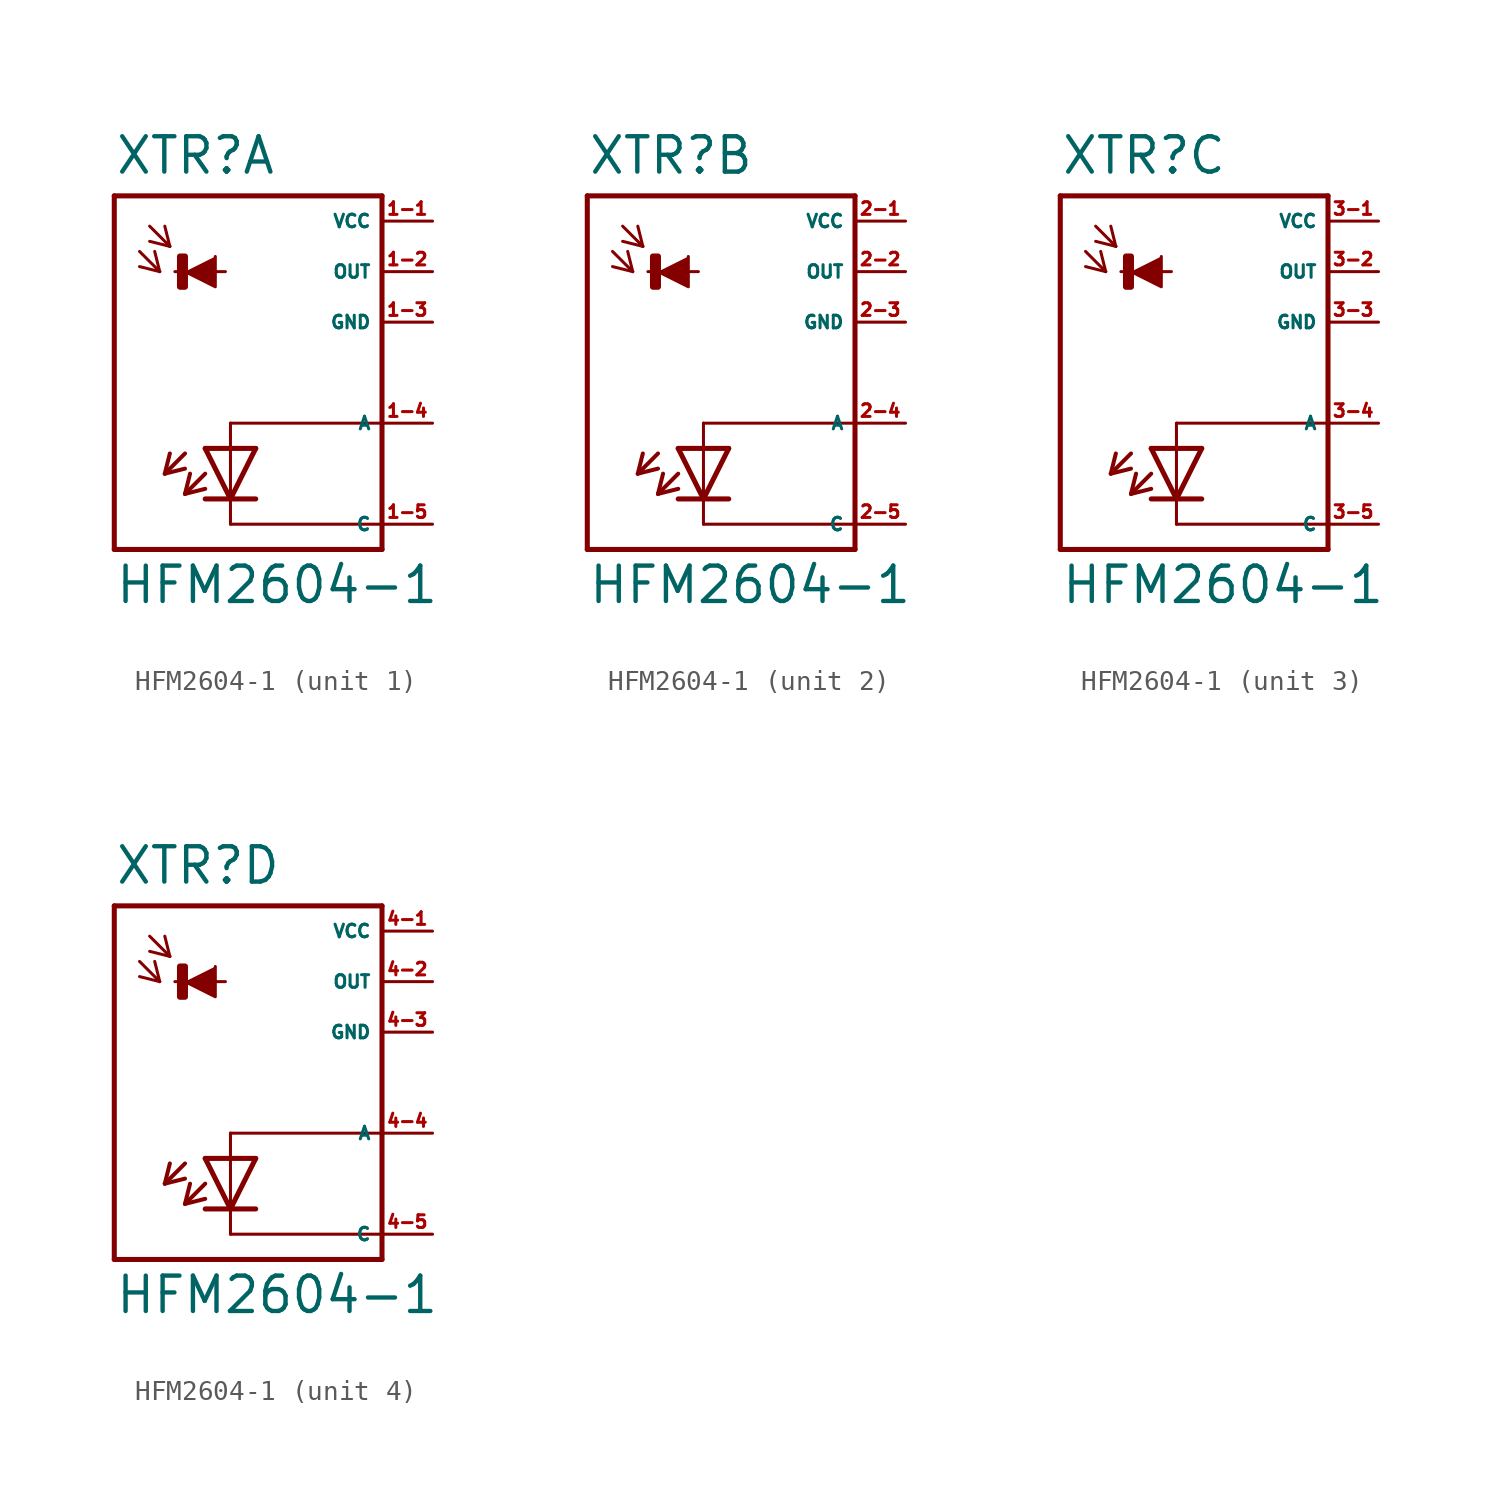
<source format=kicad_sym>
(kicad_symbol_lib
  (version 20220914)
  (generator Eagle2Kicad)
  (symbol "HFM2604-1"
    (property "Reference" "XTR"
      (at -5.842 9.881 0)
      (effects (font (size 1.778 1.778) (thickness 0.22)) (justify left bottom)))
    (property "Value" "HFM2604-1"
      (at -5.842 -11.709 0)
      (effects (font (size 1.778 1.778) (thickness 0.22)) (justify left bottom)))
    (symbol "HFM2604-1_1_0"
      (polyline (pts (xy -2.286 5.08) (xy -0.762 4.318) (xy -0.762 5.842)) (stroke (width 0.152) (type default)) (fill (type outline)))
      (polyline (pts (xy -4.572 6.096) (xy -3.556 5.08)) (stroke (width 0.152) (type default)) (fill (type none)))
      (polyline (pts (xy -3.556 5.08) (xy -3.81 6.096)) (stroke (width 0.152) (type default)) (fill (type none)))
      (polyline (pts (xy -3.556 5.08) (xy -4.572 5.334)) (stroke (width 0.152) (type default)) (fill (type none)))
      (polyline (pts (xy -4.064 7.366) (xy -3.048 6.35)) (stroke (width 0.152) (type default)) (fill (type none)))
      (polyline (pts (xy -3.048 6.35) (xy -3.302 7.366)) (stroke (width 0.152) (type default)) (fill (type none)))
      (polyline (pts (xy -3.048 6.35) (xy -4.064 6.604)) (stroke (width 0.152) (type default)) (fill (type none)))
      (polyline (pts (xy 7.62 8.89) (xy 7.62 -2.54)) (stroke (width 0.254) (type default)) (fill (type none)))
      (polyline (pts (xy 7.62 -2.54) (xy 7.62 -7.62)) (stroke (width 0.254) (type default)) (fill (type none)))
      (polyline (pts (xy 7.62 -7.62) (xy 7.62 -8.89)) (stroke (width 0.254) (type default)) (fill (type none)))
      (polyline (pts (xy 7.62 -8.89) (xy -5.842 -8.89)) (stroke (width 0.254) (type default)) (fill (type none)))
      (polyline (pts (xy -5.842 -8.89) (xy -5.842 8.89)) (stroke (width 0.254) (type default)) (fill (type none)))
      (polyline (pts (xy -5.842 8.89) (xy 7.62 8.89)) (stroke (width 0.254) (type default)) (fill (type none)))
      (polyline (pts (xy -2.794 5.08) (xy -0.254 5.08)) (stroke (width 0.152) (type default)) (fill (type none)))
      (polyline (pts (xy -1.27 -3.81) (xy 0 -6.35)) (stroke (width 0.254) (type default)) (fill (type none)))
      (polyline (pts (xy 0 -6.35) (xy 1.27 -3.81)) (stroke (width 0.254) (type default)) (fill (type none)))
      (polyline (pts (xy 1.27 -6.35) (xy 0 -6.35)) (stroke (width 0.254) (type default)) (fill (type none)))
      (polyline (pts (xy 1.27 -3.81) (xy -1.27 -3.81)) (stroke (width 0.254) (type default)) (fill (type none)))
      (polyline (pts (xy 0 -6.35) (xy -1.27 -6.35)) (stroke (width 0.254) (type default)) (fill (type none)))
      (polyline (pts (xy -2.286 -4.064) (xy -3.302 -5.08)) (stroke (width 0.203) (type default)) (fill (type none)))
      (polyline (pts (xy -3.302 -5.08) (xy -2.286 -4.826)) (stroke (width 0.203) (type default)) (fill (type none)))
      (polyline (pts (xy -3.302 -5.08) (xy -3.048 -4.064)) (stroke (width 0.203) (type default)) (fill (type none)))
      (polyline (pts (xy -1.27 -5.08) (xy -2.286 -6.096)) (stroke (width 0.203) (type default)) (fill (type none)))
      (polyline (pts (xy -2.286 -6.096) (xy -1.27 -5.842)) (stroke (width 0.203) (type default)) (fill (type none)))
      (polyline (pts (xy -2.286 -6.096) (xy -2.032 -5.08)) (stroke (width 0.203) (type default)) (fill (type none)))
      (polyline (pts (xy 7.62 -2.54) (xy 0 -2.54)) (stroke (width 0.152) (type default)) (fill (type none)))
      (polyline (pts (xy 0 -2.54) (xy 0 -7.62)) (stroke (width 0.152) (type default)) (fill (type none)))
      (polyline (pts (xy 0 -7.62) (xy 7.62 -7.62)) (stroke (width 0.152) (type default)) (fill (type none)))
      (rectangle (start -2.54 4.318) (end -2.286 5.842) (stroke (width 0.3) (type default)) (fill (type outline)))
      (pin unspecified line (at 10.16 7.62 180) (length 2.54) (name "VCC" (effects (font (size 0.635 0.635) (thickness 0.08)) (justify left bottom))) (number "1-1" (effects (font (size 0.635 0.635) (thickness 0.08)) (justify left bottom))))
      (pin unspecified line (at 10.16 2.54 180) (length 2.54) (name "GND" (effects (font (size 0.635 0.635) (thickness 0.08)) (justify left bottom))) (number "1-3" (effects (font (size 0.635 0.635) (thickness 0.08)) (justify left bottom))))
      (pin output line (at 10.16 5.08 180) (length 2.54) (name "OUT" (effects (font (size 0.635 0.635) (thickness 0.08)) (justify left bottom))) (number "1-2" (effects (font (size 0.635 0.635) (thickness 0.08)) (justify left bottom))))
      (pin passive line (at 10.16 -2.54 180) (length 2.54) (name "A" (effects (font (size 0.635 0.635) (thickness 0.08)) (justify left bottom))) (number "1-4" (effects (font (size 0.635 0.635) (thickness 0.08)) (justify left bottom))))
      (pin passive line (at 10.16 -7.62 180) (length 2.54) (name "C" (effects (font (size 0.635 0.635) (thickness 0.08)) (justify left bottom))) (number "1-5" (effects (font (size 0.635 0.635) (thickness 0.08)) (justify left bottom)))))
    (symbol "HFM2604-1_2_0"
      (polyline (pts (xy -2.286 5.08) (xy -0.762 4.318) (xy -0.762 5.842)) (stroke (width 0.152) (type default)) (fill (type outline)))
      (polyline (pts (xy -4.572 6.096) (xy -3.556 5.08)) (stroke (width 0.152) (type default)) (fill (type none)))
      (polyline (pts (xy -3.556 5.08) (xy -3.81 6.096)) (stroke (width 0.152) (type default)) (fill (type none)))
      (polyline (pts (xy -3.556 5.08) (xy -4.572 5.334)) (stroke (width 0.152) (type default)) (fill (type none)))
      (polyline (pts (xy -4.064 7.366) (xy -3.048 6.35)) (stroke (width 0.152) (type default)) (fill (type none)))
      (polyline (pts (xy -3.048 6.35) (xy -3.302 7.366)) (stroke (width 0.152) (type default)) (fill (type none)))
      (polyline (pts (xy -3.048 6.35) (xy -4.064 6.604)) (stroke (width 0.152) (type default)) (fill (type none)))
      (polyline (pts (xy 7.62 8.89) (xy 7.62 -2.54)) (stroke (width 0.254) (type default)) (fill (type none)))
      (polyline (pts (xy 7.62 -2.54) (xy 7.62 -7.62)) (stroke (width 0.254) (type default)) (fill (type none)))
      (polyline (pts (xy 7.62 -7.62) (xy 7.62 -8.89)) (stroke (width 0.254) (type default)) (fill (type none)))
      (polyline (pts (xy 7.62 -8.89) (xy -5.842 -8.89)) (stroke (width 0.254) (type default)) (fill (type none)))
      (polyline (pts (xy -5.842 -8.89) (xy -5.842 8.89)) (stroke (width 0.254) (type default)) (fill (type none)))
      (polyline (pts (xy -5.842 8.89) (xy 7.62 8.89)) (stroke (width 0.254) (type default)) (fill (type none)))
      (polyline (pts (xy -2.794 5.08) (xy -0.254 5.08)) (stroke (width 0.152) (type default)) (fill (type none)))
      (polyline (pts (xy -1.27 -3.81) (xy 0 -6.35)) (stroke (width 0.254) (type default)) (fill (type none)))
      (polyline (pts (xy 0 -6.35) (xy 1.27 -3.81)) (stroke (width 0.254) (type default)) (fill (type none)))
      (polyline (pts (xy 1.27 -6.35) (xy 0 -6.35)) (stroke (width 0.254) (type default)) (fill (type none)))
      (polyline (pts (xy 1.27 -3.81) (xy -1.27 -3.81)) (stroke (width 0.254) (type default)) (fill (type none)))
      (polyline (pts (xy 0 -6.35) (xy -1.27 -6.35)) (stroke (width 0.254) (type default)) (fill (type none)))
      (polyline (pts (xy -2.286 -4.064) (xy -3.302 -5.08)) (stroke (width 0.203) (type default)) (fill (type none)))
      (polyline (pts (xy -3.302 -5.08) (xy -2.286 -4.826)) (stroke (width 0.203) (type default)) (fill (type none)))
      (polyline (pts (xy -3.302 -5.08) (xy -3.048 -4.064)) (stroke (width 0.203) (type default)) (fill (type none)))
      (polyline (pts (xy -1.27 -5.08) (xy -2.286 -6.096)) (stroke (width 0.203) (type default)) (fill (type none)))
      (polyline (pts (xy -2.286 -6.096) (xy -1.27 -5.842)) (stroke (width 0.203) (type default)) (fill (type none)))
      (polyline (pts (xy -2.286 -6.096) (xy -2.032 -5.08)) (stroke (width 0.203) (type default)) (fill (type none)))
      (polyline (pts (xy 7.62 -2.54) (xy 0 -2.54)) (stroke (width 0.152) (type default)) (fill (type none)))
      (polyline (pts (xy 0 -2.54) (xy 0 -7.62)) (stroke (width 0.152) (type default)) (fill (type none)))
      (polyline (pts (xy 0 -7.62) (xy 7.62 -7.62)) (stroke (width 0.152) (type default)) (fill (type none)))
      (rectangle (start -2.54 4.318) (end -2.286 5.842) (stroke (width 0.3) (type default)) (fill (type outline)))
      (pin unspecified line (at 10.16 7.62 180) (length 2.54) (name "VCC" (effects (font (size 0.635 0.635) (thickness 0.08)) (justify left bottom))) (number "2-1" (effects (font (size 0.635 0.635) (thickness 0.08)) (justify left bottom))))
      (pin unspecified line (at 10.16 2.54 180) (length 2.54) (name "GND" (effects (font (size 0.635 0.635) (thickness 0.08)) (justify left bottom))) (number "2-3" (effects (font (size 0.635 0.635) (thickness 0.08)) (justify left bottom))))
      (pin output line (at 10.16 5.08 180) (length 2.54) (name "OUT" (effects (font (size 0.635 0.635) (thickness 0.08)) (justify left bottom))) (number "2-2" (effects (font (size 0.635 0.635) (thickness 0.08)) (justify left bottom))))
      (pin passive line (at 10.16 -2.54 180) (length 2.54) (name "A" (effects (font (size 0.635 0.635) (thickness 0.08)) (justify left bottom))) (number "2-4" (effects (font (size 0.635 0.635) (thickness 0.08)) (justify left bottom))))
      (pin passive line (at 10.16 -7.62 180) (length 2.54) (name "C" (effects (font (size 0.635 0.635) (thickness 0.08)) (justify left bottom))) (number "2-5" (effects (font (size 0.635 0.635) (thickness 0.08)) (justify left bottom)))))
    (symbol "HFM2604-1_3_0"
      (polyline (pts (xy -2.286 5.08) (xy -0.762 4.318) (xy -0.762 5.842)) (stroke (width 0.152) (type default)) (fill (type outline)))
      (polyline (pts (xy -4.572 6.096) (xy -3.556 5.08)) (stroke (width 0.152) (type default)) (fill (type none)))
      (polyline (pts (xy -3.556 5.08) (xy -3.81 6.096)) (stroke (width 0.152) (type default)) (fill (type none)))
      (polyline (pts (xy -3.556 5.08) (xy -4.572 5.334)) (stroke (width 0.152) (type default)) (fill (type none)))
      (polyline (pts (xy -4.064 7.366) (xy -3.048 6.35)) (stroke (width 0.152) (type default)) (fill (type none)))
      (polyline (pts (xy -3.048 6.35) (xy -3.302 7.366)) (stroke (width 0.152) (type default)) (fill (type none)))
      (polyline (pts (xy -3.048 6.35) (xy -4.064 6.604)) (stroke (width 0.152) (type default)) (fill (type none)))
      (polyline (pts (xy 7.62 8.89) (xy 7.62 -2.54)) (stroke (width 0.254) (type default)) (fill (type none)))
      (polyline (pts (xy 7.62 -2.54) (xy 7.62 -7.62)) (stroke (width 0.254) (type default)) (fill (type none)))
      (polyline (pts (xy 7.62 -7.62) (xy 7.62 -8.89)) (stroke (width 0.254) (type default)) (fill (type none)))
      (polyline (pts (xy 7.62 -8.89) (xy -5.842 -8.89)) (stroke (width 0.254) (type default)) (fill (type none)))
      (polyline (pts (xy -5.842 -8.89) (xy -5.842 8.89)) (stroke (width 0.254) (type default)) (fill (type none)))
      (polyline (pts (xy -5.842 8.89) (xy 7.62 8.89)) (stroke (width 0.254) (type default)) (fill (type none)))
      (polyline (pts (xy -2.794 5.08) (xy -0.254 5.08)) (stroke (width 0.152) (type default)) (fill (type none)))
      (polyline (pts (xy -1.27 -3.81) (xy 0 -6.35)) (stroke (width 0.254) (type default)) (fill (type none)))
      (polyline (pts (xy 0 -6.35) (xy 1.27 -3.81)) (stroke (width 0.254) (type default)) (fill (type none)))
      (polyline (pts (xy 1.27 -6.35) (xy 0 -6.35)) (stroke (width 0.254) (type default)) (fill (type none)))
      (polyline (pts (xy 1.27 -3.81) (xy -1.27 -3.81)) (stroke (width 0.254) (type default)) (fill (type none)))
      (polyline (pts (xy 0 -6.35) (xy -1.27 -6.35)) (stroke (width 0.254) (type default)) (fill (type none)))
      (polyline (pts (xy -2.286 -4.064) (xy -3.302 -5.08)) (stroke (width 0.203) (type default)) (fill (type none)))
      (polyline (pts (xy -3.302 -5.08) (xy -2.286 -4.826)) (stroke (width 0.203) (type default)) (fill (type none)))
      (polyline (pts (xy -3.302 -5.08) (xy -3.048 -4.064)) (stroke (width 0.203) (type default)) (fill (type none)))
      (polyline (pts (xy -1.27 -5.08) (xy -2.286 -6.096)) (stroke (width 0.203) (type default)) (fill (type none)))
      (polyline (pts (xy -2.286 -6.096) (xy -1.27 -5.842)) (stroke (width 0.203) (type default)) (fill (type none)))
      (polyline (pts (xy -2.286 -6.096) (xy -2.032 -5.08)) (stroke (width 0.203) (type default)) (fill (type none)))
      (polyline (pts (xy 7.62 -2.54) (xy 0 -2.54)) (stroke (width 0.152) (type default)) (fill (type none)))
      (polyline (pts (xy 0 -2.54) (xy 0 -7.62)) (stroke (width 0.152) (type default)) (fill (type none)))
      (polyline (pts (xy 0 -7.62) (xy 7.62 -7.62)) (stroke (width 0.152) (type default)) (fill (type none)))
      (rectangle (start -2.54 4.318) (end -2.286 5.842) (stroke (width 0.3) (type default)) (fill (type outline)))
      (pin unspecified line (at 10.16 7.62 180) (length 2.54) (name "VCC" (effects (font (size 0.635 0.635) (thickness 0.08)) (justify left bottom))) (number "3-1" (effects (font (size 0.635 0.635) (thickness 0.08)) (justify left bottom))))
      (pin unspecified line (at 10.16 2.54 180) (length 2.54) (name "GND" (effects (font (size 0.635 0.635) (thickness 0.08)) (justify left bottom))) (number "3-3" (effects (font (size 0.635 0.635) (thickness 0.08)) (justify left bottom))))
      (pin output line (at 10.16 5.08 180) (length 2.54) (name "OUT" (effects (font (size 0.635 0.635) (thickness 0.08)) (justify left bottom))) (number "3-2" (effects (font (size 0.635 0.635) (thickness 0.08)) (justify left bottom))))
      (pin passive line (at 10.16 -2.54 180) (length 2.54) (name "A" (effects (font (size 0.635 0.635) (thickness 0.08)) (justify left bottom))) (number "3-4" (effects (font (size 0.635 0.635) (thickness 0.08)) (justify left bottom))))
      (pin passive line (at 10.16 -7.62 180) (length 2.54) (name "C" (effects (font (size 0.635 0.635) (thickness 0.08)) (justify left bottom))) (number "3-5" (effects (font (size 0.635 0.635) (thickness 0.08)) (justify left bottom)))))
    (symbol "HFM2604-1_4_0"
      (polyline (pts (xy -2.286 5.08) (xy -0.762 4.318) (xy -0.762 5.842)) (stroke (width 0.152) (type default)) (fill (type outline)))
      (polyline (pts (xy -4.572 6.096) (xy -3.556 5.08)) (stroke (width 0.152) (type default)) (fill (type none)))
      (polyline (pts (xy -3.556 5.08) (xy -3.81 6.096)) (stroke (width 0.152) (type default)) (fill (type none)))
      (polyline (pts (xy -3.556 5.08) (xy -4.572 5.334)) (stroke (width 0.152) (type default)) (fill (type none)))
      (polyline (pts (xy -4.064 7.366) (xy -3.048 6.35)) (stroke (width 0.152) (type default)) (fill (type none)))
      (polyline (pts (xy -3.048 6.35) (xy -3.302 7.366)) (stroke (width 0.152) (type default)) (fill (type none)))
      (polyline (pts (xy -3.048 6.35) (xy -4.064 6.604)) (stroke (width 0.152) (type default)) (fill (type none)))
      (polyline (pts (xy 7.62 8.89) (xy 7.62 -2.54)) (stroke (width 0.254) (type default)) (fill (type none)))
      (polyline (pts (xy 7.62 -2.54) (xy 7.62 -7.62)) (stroke (width 0.254) (type default)) (fill (type none)))
      (polyline (pts (xy 7.62 -7.62) (xy 7.62 -8.89)) (stroke (width 0.254) (type default)) (fill (type none)))
      (polyline (pts (xy 7.62 -8.89) (xy -5.842 -8.89)) (stroke (width 0.254) (type default)) (fill (type none)))
      (polyline (pts (xy -5.842 -8.89) (xy -5.842 8.89)) (stroke (width 0.254) (type default)) (fill (type none)))
      (polyline (pts (xy -5.842 8.89) (xy 7.62 8.89)) (stroke (width 0.254) (type default)) (fill (type none)))
      (polyline (pts (xy -2.794 5.08) (xy -0.254 5.08)) (stroke (width 0.152) (type default)) (fill (type none)))
      (polyline (pts (xy -1.27 -3.81) (xy 0 -6.35)) (stroke (width 0.254) (type default)) (fill (type none)))
      (polyline (pts (xy 0 -6.35) (xy 1.27 -3.81)) (stroke (width 0.254) (type default)) (fill (type none)))
      (polyline (pts (xy 1.27 -6.35) (xy 0 -6.35)) (stroke (width 0.254) (type default)) (fill (type none)))
      (polyline (pts (xy 1.27 -3.81) (xy -1.27 -3.81)) (stroke (width 0.254) (type default)) (fill (type none)))
      (polyline (pts (xy 0 -6.35) (xy -1.27 -6.35)) (stroke (width 0.254) (type default)) (fill (type none)))
      (polyline (pts (xy -2.286 -4.064) (xy -3.302 -5.08)) (stroke (width 0.203) (type default)) (fill (type none)))
      (polyline (pts (xy -3.302 -5.08) (xy -2.286 -4.826)) (stroke (width 0.203) (type default)) (fill (type none)))
      (polyline (pts (xy -3.302 -5.08) (xy -3.048 -4.064)) (stroke (width 0.203) (type default)) (fill (type none)))
      (polyline (pts (xy -1.27 -5.08) (xy -2.286 -6.096)) (stroke (width 0.203) (type default)) (fill (type none)))
      (polyline (pts (xy -2.286 -6.096) (xy -1.27 -5.842)) (stroke (width 0.203) (type default)) (fill (type none)))
      (polyline (pts (xy -2.286 -6.096) (xy -2.032 -5.08)) (stroke (width 0.203) (type default)) (fill (type none)))
      (polyline (pts (xy 7.62 -2.54) (xy 0 -2.54)) (stroke (width 0.152) (type default)) (fill (type none)))
      (polyline (pts (xy 0 -2.54) (xy 0 -7.62)) (stroke (width 0.152) (type default)) (fill (type none)))
      (polyline (pts (xy 0 -7.62) (xy 7.62 -7.62)) (stroke (width 0.152) (type default)) (fill (type none)))
      (rectangle (start -2.54 4.318) (end -2.286 5.842) (stroke (width 0.3) (type default)) (fill (type outline)))
      (pin unspecified line (at 10.16 7.62 180) (length 2.54) (name "VCC" (effects (font (size 0.635 0.635) (thickness 0.08)) (justify left bottom))) (number "4-1" (effects (font (size 0.635 0.635) (thickness 0.08)) (justify left bottom))))
      (pin unspecified line (at 10.16 2.54 180) (length 2.54) (name "GND" (effects (font (size 0.635 0.635) (thickness 0.08)) (justify left bottom))) (number "4-3" (effects (font (size 0.635 0.635) (thickness 0.08)) (justify left bottom))))
      (pin output line (at 10.16 5.08 180) (length 2.54) (name "OUT" (effects (font (size 0.635 0.635) (thickness 0.08)) (justify left bottom))) (number "4-2" (effects (font (size 0.635 0.635) (thickness 0.08)) (justify left bottom))))
      (pin passive line (at 10.16 -2.54 180) (length 2.54) (name "A" (effects (font (size 0.635 0.635) (thickness 0.08)) (justify left bottom))) (number "4-4" (effects (font (size 0.635 0.635) (thickness 0.08)) (justify left bottom))))
      (pin passive line (at 10.16 -7.62 180) (length 2.54) (name "C" (effects (font (size 0.635 0.635) (thickness 0.08)) (justify left bottom))) (number "4-5" (effects (font (size 0.635 0.635) (thickness 0.08)) (justify left bottom)))))))
</source>
